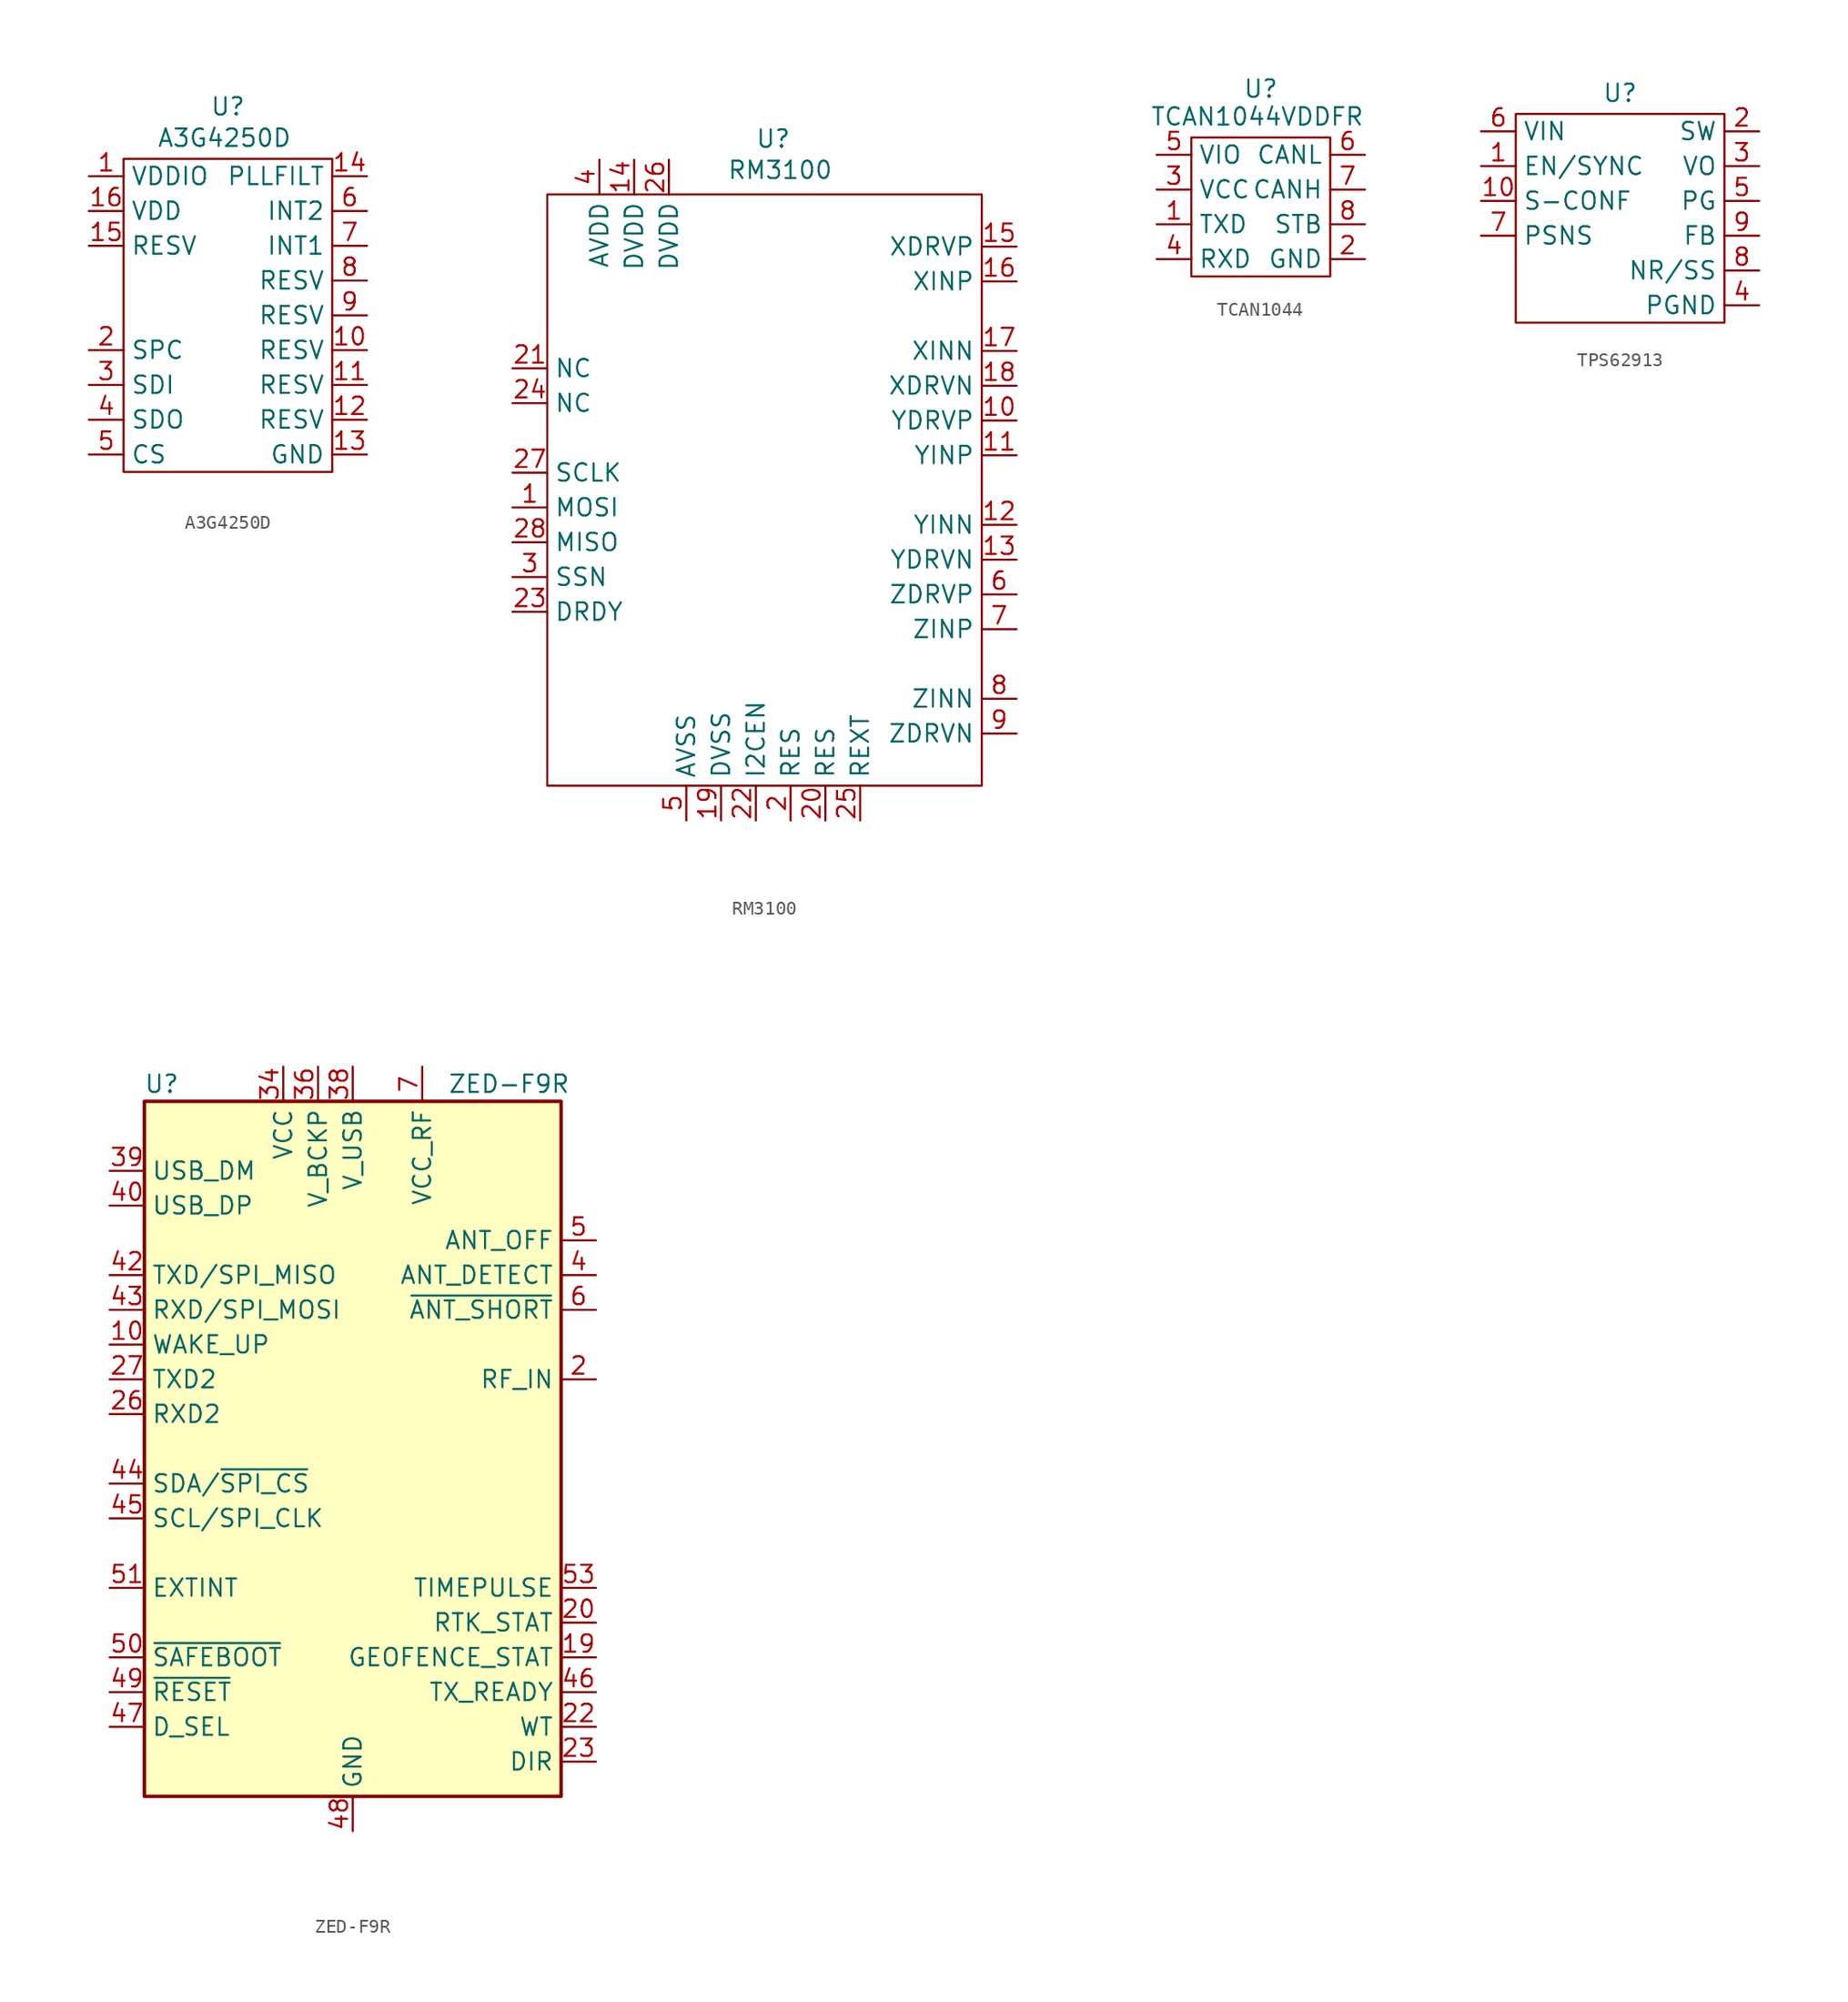
<source format=kicad_sym>
(kicad_symbol_lib
  (version 20231120)
  (generator "kicad_symbol_editor")
  (generator_version "8.0")
  (symbol "A3G4250D"
    (property "Reference" "U"
      (at 0 15.24 0)
      (effects (font (size 1.27 1.27))))
    (property "Value" "A3G4250D"
      (at -0.254 12.954 0)
      (effects (font (size 1.27 1.27))))
    (symbol "A3G4250D_0_0"
      (pin power_in line (at -10.16 10.16 0) (length 2.54) (name "VDDIO" (effects (font (size 1.27 1.27)))) (number "1" (effects (font (size 1.27 1.27)))))
      (pin power_in line (at 10.16 -2.54 180) (length 2.54) (name "RESV" (effects (font (size 1.27 1.27)))) (number "10" (effects (font (size 1.27 1.27)))))
      (pin unspecified line (at 10.16 -5.08 180) (length 2.54) (name "RESV" (effects (font (size 1.27 1.27)))) (number "11" (effects (font (size 1.27 1.27)))))
      (pin power_in line (at 10.16 -7.62 180) (length 2.54) (name "RESV" (effects (font (size 1.27 1.27)))) (number "12" (effects (font (size 1.27 1.27)))))
      (pin power_in line (at 10.16 -10.16 180) (length 2.54) (name "GND" (effects (font (size 1.27 1.27)))) (number "13" (effects (font (size 1.27 1.27)))))
      (pin passive line (at 10.16 10.16 180) (length 2.54) (name "PLLFILT" (effects (font (size 1.27 1.27)))) (number "14" (effects (font (size 1.27 1.27)))))
      (pin power_in line (at -10.16 5.08 0) (length 2.54) (name "RESV" (effects (font (size 1.27 1.27)))) (number "15" (effects (font (size 1.27 1.27)))))
      (pin power_in line (at -10.16 7.62 0) (length 2.54) (name "VDD" (effects (font (size 1.27 1.27)))) (number "16" (effects (font (size 1.27 1.27)))))
      (pin input line (at -10.16 -2.54 0) (length 2.54) (name "SPC" (effects (font (size 1.27 1.27)))) (number "2" (effects (font (size 1.27 1.27)))))
      (pin input line (at -10.16 -5.08 0) (length 2.54) (name "SDI" (effects (font (size 1.27 1.27)))) (number "3" (effects (font (size 1.27 1.27)))))
      (pin output line (at -10.16 -7.62 0) (length 2.54) (name "SDO" (effects (font (size 1.27 1.27)))) (number "4" (effects (font (size 1.27 1.27)))))
      (pin input line (at -10.16 -10.16 0) (length 2.54) (name "CS" (effects (font (size 1.27 1.27)))) (number "5" (effects (font (size 1.27 1.27)))))
      (pin output line (at 10.16 7.62 180) (length 2.54) (name "INT2" (effects (font (size 1.27 1.27)))) (number "6" (effects (font (size 1.27 1.27)))))
      (pin output line (at 10.16 5.08 180) (length 2.54) (name "INT1" (effects (font (size 1.27 1.27)))) (number "7" (effects (font (size 1.27 1.27)))))
      (pin power_in line (at 10.16 2.54 180) (length 2.54) (name "RESV" (effects (font (size 1.27 1.27)))) (number "8" (effects (font (size 1.27 1.27)))))
      (pin power_in line (at 10.16 0 180) (length 2.54) (name "RESV" (effects (font (size 1.27 1.27)))) (number "9" (effects (font (size 1.27 1.27))))))
    (symbol "A3G4250D_0_1"
      (rectangle (start -7.62 11.43) (end 7.62 -11.43) (stroke (width 0) (type default)) (fill (type none)))))
  (symbol "RM3100"
    (property "Reference" "U"
      (at 0 25.654 0)
      (effects (font (size 1.27 1.27))))
    (property "Value" "RM3100"
      (at 0.508 23.368 0)
      (effects (font (size 1.27 1.27))))
    (symbol "RM3100_0_0"
      (pin unspecified line (at -19.05 -1.27 0) (length 2.54) (name "MOSI" (effects (font (size 1.27 1.27)))) (number "1" (effects (font (size 1.27 1.27)))))
      (pin unspecified line (at 17.78 5.08 180) (length 2.54) (name "YDRVP" (effects (font (size 1.27 1.27)))) (number "10" (effects (font (size 1.27 1.27)))))
      (pin unspecified line (at 17.78 2.54 180) (length 2.54) (name "YINP" (effects (font (size 1.27 1.27)))) (number "11" (effects (font (size 1.27 1.27)))))
      (pin unspecified line (at 17.78 -2.54 180) (length 2.54) (name "YINN" (effects (font (size 1.27 1.27)))) (number "12" (effects (font (size 1.27 1.27)))))
      (pin unspecified line (at 17.78 -5.08 180) (length 2.54) (name "YDRVN" (effects (font (size 1.27 1.27)))) (number "13" (effects (font (size 1.27 1.27)))))
      (pin unspecified line (at -10.16 24.13 270) (length 2.54) (name "DVDD" (effects (font (size 1.27 1.27)))) (number "14" (effects (font (size 1.27 1.27)))))
      (pin unspecified line (at 17.78 17.78 180) (length 2.54) (name "XDRVP" (effects (font (size 1.27 1.27)))) (number "15" (effects (font (size 1.27 1.27)))))
      (pin unspecified line (at 17.78 15.24 180) (length 2.54) (name "XINP" (effects (font (size 1.27 1.27)))) (number "16" (effects (font (size 1.27 1.27)))))
      (pin unspecified line (at 17.78 10.16 180) (length 2.54) (name "XINN" (effects (font (size 1.27 1.27)))) (number "17" (effects (font (size 1.27 1.27)))))
      (pin unspecified line (at 17.78 7.62 180) (length 2.54) (name "XDRVN" (effects (font (size 1.27 1.27)))) (number "18" (effects (font (size 1.27 1.27)))))
      (pin unspecified line (at -3.81 -24.13 90) (length 2.54) (name "DVSS" (effects (font (size 1.27 1.27)))) (number "19" (effects (font (size 1.27 1.27)))))
      (pin unspecified line (at 1.27 -24.13 90) (length 2.54) (name "RES" (effects (font (size 1.27 1.27)))) (number "2" (effects (font (size 1.27 1.27)))))
      (pin unspecified line (at 3.81 -24.13 90) (length 2.54) (name "RES" (effects (font (size 1.27 1.27)))) (number "20" (effects (font (size 1.27 1.27)))))
      (pin unspecified line (at -19.05 8.89 0) (length 2.54) (name "NC" (effects (font (size 1.27 1.27)))) (number "21" (effects (font (size 1.27 1.27)))))
      (pin unspecified line (at -1.27 -24.13 90) (length 2.54) (name "I2CEN" (effects (font (size 1.27 1.27)))) (number "22" (effects (font (size 1.27 1.27)))))
      (pin unspecified line (at -19.05 -8.89 0) (length 2.54) (name "DRDY" (effects (font (size 1.27 1.27)))) (number "23" (effects (font (size 1.27 1.27)))))
      (pin unspecified line (at -19.05 6.35 0) (length 2.54) (name "NC" (effects (font (size 1.27 1.27)))) (number "24" (effects (font (size 1.27 1.27)))))
      (pin unspecified line (at 6.35 -24.13 90) (length 2.54) (name "REXT" (effects (font (size 1.27 1.27)))) (number "25" (effects (font (size 1.27 1.27)))))
      (pin unspecified line (at -7.62 24.13 270) (length 2.54) (name "DVDD" (effects (font (size 1.27 1.27)))) (number "26" (effects (font (size 1.27 1.27)))))
      (pin unspecified line (at -19.05 1.27 0) (length 2.54) (name "SCLK" (effects (font (size 1.27 1.27)))) (number "27" (effects (font (size 1.27 1.27)))))
      (pin unspecified line (at -19.05 -3.81 0) (length 2.54) (name "MISO" (effects (font (size 1.27 1.27)))) (number "28" (effects (font (size 1.27 1.27)))))
      (pin unspecified line (at -19.05 -6.35 0) (length 2.54) (name "SSN" (effects (font (size 1.27 1.27)))) (number "3" (effects (font (size 1.27 1.27)))))
      (pin unspecified line (at -12.7 24.13 270) (length 2.54) (name "AVDD" (effects (font (size 1.27 1.27)))) (number "4" (effects (font (size 1.27 1.27)))))
      (pin unspecified line (at -6.35 -24.13 90) (length 2.54) (name "AVSS" (effects (font (size 1.27 1.27)))) (number "5" (effects (font (size 1.27 1.27)))))
      (pin unspecified line (at 17.78 -7.62 180) (length 2.54) (name "ZDRVP" (effects (font (size 1.27 1.27)))) (number "6" (effects (font (size 1.27 1.27)))))
      (pin unspecified line (at 17.78 -10.16 180) (length 2.54) (name "ZINP" (effects (font (size 1.27 1.27)))) (number "7" (effects (font (size 1.27 1.27)))))
      (pin unspecified line (at 17.78 -15.24 180) (length 2.54) (name "ZINN" (effects (font (size 1.27 1.27)))) (number "8" (effects (font (size 1.27 1.27)))))
      (pin unspecified line (at 17.78 -17.78 180) (length 2.54) (name "ZDRVN" (effects (font (size 1.27 1.27)))) (number "9" (effects (font (size 1.27 1.27))))))
    (symbol "RM3100_0_1"
      (rectangle (start 15.24 -21.59) (end -16.51 21.59) (stroke (width 0) (type default)) (fill (type none)))))
  (symbol "TCAN1044"
    (property "Reference" "U"
      (at 0 8.636 0)
      (effects (font (size 1.27 1.27))))
    (property "Value" "TCAN1044VDDFR"
      (at -0.254 6.604 0)
      (effects (font (size 1.27 1.27))))
    (symbol "TCAN1044_0_0"
      (pin output line (at -7.62 -1.27 0) (length 2.54) (name "TXD" (effects (font (size 1.27 1.27)))) (number "1" (effects (font (size 1.27 1.27)))))
      (pin passive line (at 7.62 -3.81 180) (length 2.54) (name "GND" (effects (font (size 1.27 1.27)))) (number "2" (effects (font (size 1.27 1.27)))))
      (pin power_in line (at -7.62 1.27 0) (length 2.54) (name "VCC" (effects (font (size 1.27 1.27)))) (number "3" (effects (font (size 1.27 1.27)))))
      (pin input line (at -7.62 -3.81 0) (length 2.54) (name "RXD" (effects (font (size 1.27 1.27)))) (number "4" (effects (font (size 1.27 1.27)))))
      (pin power_in line (at -7.62 3.81 0) (length 2.54) (name "VIO" (effects (font (size 1.27 1.27)))) (number "5" (effects (font (size 1.27 1.27)))))
      (pin bidirectional line (at 7.62 3.81 180) (length 2.54) (name "CANL" (effects (font (size 1.27 1.27)))) (number "6" (effects (font (size 1.27 1.27)))))
      (pin bidirectional line (at 7.62 1.27 180) (length 2.54) (name "CANH" (effects (font (size 1.27 1.27)))) (number "7" (effects (font (size 1.27 1.27)))))
      (pin input line (at 7.62 -1.27 180) (length 2.54) (name "STB" (effects (font (size 1.27 1.27)))) (number "8" (effects (font (size 1.27 1.27))))))
    (symbol "TCAN1044_0_1"
      (rectangle (start -5.08 5.08) (end 5.08 -5.08) (stroke (width 0) (type default)) (fill (type none)))))
  (symbol "TPS62913"
    (property "Reference" "U"
      (at 0 9.144 0)
      (effects (font (size 1.27 1.27))))
    (property "Value" ""
      (at 1.27 -3.81 0)
      (effects (font (size 1.27 1.27))))
    (symbol "TPS62913_0_0"
      (pin input line (at -10.16 3.81 0) (length 2.54) (name "EN/SYNC" (effects (font (size 1.27 1.27)))) (number "1" (effects (font (size 1.27 1.27)))))
      (pin output line (at -10.16 1.27 0) (length 2.54) (name "S-CONF" (effects (font (size 1.27 1.27)))) (number "10" (effects (font (size 1.27 1.27)))))
      (pin bidirectional line (at 10.16 6.35 180) (length 2.54) (name "SW" (effects (font (size 1.27 1.27)))) (number "2" (effects (font (size 1.27 1.27)))))
      (pin power_in line (at 10.16 -6.35 180) (length 2.54) (name "PGND" (effects (font (size 1.27 1.27)))) (number "4" (effects (font (size 1.27 1.27)))))
      (pin output line (at 10.16 1.27 180) (length 2.54) (name "PG" (effects (font (size 1.27 1.27)))) (number "5" (effects (font (size 1.27 1.27)))))
      (pin input line (at -10.16 6.35 0) (length 2.54) (name "VIN" (effects (font (size 1.27 1.27)))) (number "6" (effects (font (size 1.27 1.27)))))
      (pin input line (at -10.16 -1.27 0) (length 2.54) (name "PSNS" (effects (font (size 1.27 1.27)))) (number "7" (effects (font (size 1.27 1.27)))))
      (pin output line (at 10.16 -3.81 180) (length 2.54) (name "NR/SS" (effects (font (size 1.27 1.27)))) (number "8" (effects (font (size 1.27 1.27)))))
      (pin input line (at 10.16 -1.27 180) (length 2.54) (name "FB" (effects (font (size 1.27 1.27)))) (number "9" (effects (font (size 1.27 1.27))))))
    (symbol "TPS62913_0_1"
      (rectangle (start -7.62 7.62) (end 7.62 -7.62) (stroke (width 0) (type default)) (fill (type none))))
    (symbol "TPS62913_1_0"
      (pin input line (at 10.16 3.81 180) (length 2.54) (name "VO" (effects (font (size 1.27 1.27)))) (number "3" (effects (font (size 1.27 1.27)))))))
  (symbol "ZED-F9R"
    (property "Reference" "U"
      (at -13.97 26.67 0)
      (effects (font (size 1.27 1.27))))
    (property "Value" "ZED-F9R"
      (at 11.43 26.67 0)
      (effects (font (size 1.27 1.27))))
    (symbol "ZED-F9R_1_1"
      (rectangle (start -15.24 25.4) (end 15.24 -25.4) (stroke (width 0.254) (type default)) (fill (type background)))
      (pin passive line (at 0 -27.94 90) (length 2.54) hide (name "GND" (effects (font (size 1.27 1.27)))) (number "1" (effects (font (size 1.27 1.27)))))
      (pin output line (at -17.78 7.62 0) (length 2.54) (name "WAKE_UP" (effects (font (size 1.27 1.27)))) (number "10" (effects (font (size 1.27 1.27)))))
      (pin no_connect line (at -15.24 0 0) (length 2.54) hide (name "Reserved" (effects (font (size 1.27 1.27)))) (number "11" (effects (font (size 1.27 1.27)))))
      (pin passive line (at 0 -27.94 90) (length 2.54) hide (name "GND" (effects (font (size 1.27 1.27)))) (number "12" (effects (font (size 1.27 1.27)))))
      (pin no_connect line (at -15.24 -7.62 0) (length 2.54) hide (name "Reserved" (effects (font (size 1.27 1.27)))) (number "13" (effects (font (size 1.27 1.27)))))
      (pin passive line (at 0 -27.94 90) (length 2.54) hide (name "GND" (effects (font (size 1.27 1.27)))) (number "14" (effects (font (size 1.27 1.27)))))
      (pin no_connect line (at -15.24 -12.7 0) (length 2.54) hide (name "Reserved" (effects (font (size 1.27 1.27)))) (number "15" (effects (font (size 1.27 1.27)))))
      (pin no_connect line (at -7.62 -25.4 90) (length 2.54) hide (name "Reserved" (effects (font (size 1.27 1.27)))) (number "16" (effects (font (size 1.27 1.27)))))
      (pin no_connect line (at -5.08 -25.4 90) (length 2.54) hide (name "Reserved" (effects (font (size 1.27 1.27)))) (number "17" (effects (font (size 1.27 1.27)))))
      (pin no_connect line (at -2.54 -25.4 90) (length 2.54) hide (name "Reserved" (effects (font (size 1.27 1.27)))) (number "18" (effects (font (size 1.27 1.27)))))
      (pin output line (at 17.78 -15.24 180) (length 2.54) (name "GEOFENCE_STAT" (effects (font (size 1.27 1.27)))) (number "19" (effects (font (size 1.27 1.27)))))
      (pin input line (at 17.78 5.08 180) (length 2.54) (name "RF_IN" (effects (font (size 1.27 1.27)))) (number "2" (effects (font (size 1.27 1.27)))))
      (pin output line (at 17.78 -12.7 180) (length 2.54) (name "RTK_STAT" (effects (font (size 1.27 1.27)))) (number "20" (effects (font (size 1.27 1.27)))))
      (pin no_connect line (at 2.54 -25.4 90) (length 2.54) hide (name "Reserved" (effects (font (size 1.27 1.27)))) (number "21" (effects (font (size 1.27 1.27)))))
      (pin input line (at 17.78 -20.32 180) (length 2.54) (name "WT" (effects (font (size 1.27 1.27)))) (number "22" (effects (font (size 1.27 1.27)))))
      (pin input line (at 17.78 -22.86 180) (length 2.54) (name "DIR" (effects (font (size 1.27 1.27)))) (number "23" (effects (font (size 1.27 1.27)))))
      (pin no_connect line (at 15.24 -7.62 180) (length 2.54) hide (name "Reserved" (effects (font (size 1.27 1.27)))) (number "24" (effects (font (size 1.27 1.27)))))
      (pin no_connect line (at 15.24 -5.08 180) (length 2.54) hide (name "Reserved" (effects (font (size 1.27 1.27)))) (number "25" (effects (font (size 1.27 1.27)))))
      (pin input line (at -17.78 2.54 0) (length 2.54) (name "RXD2" (effects (font (size 1.27 1.27)))) (number "26" (effects (font (size 1.27 1.27)))))
      (pin output line (at -17.78 5.08 0) (length 2.54) (name "TXD2" (effects (font (size 1.27 1.27)))) (number "27" (effects (font (size 1.27 1.27)))))
      (pin no_connect line (at 15.24 -2.54 180) (length 2.54) hide (name "Reserved" (effects (font (size 1.27 1.27)))) (number "28" (effects (font (size 1.27 1.27)))))
      (pin no_connect line (at 15.24 0 180) (length 2.54) hide (name "Reserved" (effects (font (size 1.27 1.27)))) (number "29" (effects (font (size 1.27 1.27)))))
      (pin passive line (at 0 -27.94 90) (length 2.54) hide (name "GND" (effects (font (size 1.27 1.27)))) (number "3" (effects (font (size 1.27 1.27)))))
      (pin no_connect line (at 15.24 2.54 180) (length 2.54) hide (name "Reserved" (effects (font (size 1.27 1.27)))) (number "30" (effects (font (size 1.27 1.27)))))
      (pin no_connect line (at 15.24 7.62 180) (length 2.54) hide (name "Reserved" (effects (font (size 1.27 1.27)))) (number "31" (effects (font (size 1.27 1.27)))))
      (pin passive line (at 0 -27.94 90) (length 2.54) hide (name "GND" (effects (font (size 1.27 1.27)))) (number "32" (effects (font (size 1.27 1.27)))))
      (pin passive line (at -5.08 27.94 270) (length 2.54) hide (name "VCC" (effects (font (size 1.27 1.27)))) (number "33" (effects (font (size 1.27 1.27)))))
      (pin power_in line (at -5.08 27.94 270) (length 2.54) (name "VCC" (effects (font (size 1.27 1.27)))) (number "34" (effects (font (size 1.27 1.27)))))
      (pin no_connect line (at 15.24 17.78 180) (length 2.54) hide (name "Reserved" (effects (font (size 1.27 1.27)))) (number "35" (effects (font (size 1.27 1.27)))))
      (pin power_in line (at -2.54 27.94 270) (length 2.54) (name "V_BCKP" (effects (font (size 1.27 1.27)))) (number "36" (effects (font (size 1.27 1.27)))))
      (pin passive line (at 0 -27.94 90) (length 2.54) hide (name "GND" (effects (font (size 1.27 1.27)))) (number "37" (effects (font (size 1.27 1.27)))))
      (pin power_in line (at 0 27.94 270) (length 2.54) (name "V_USB" (effects (font (size 1.27 1.27)))) (number "38" (effects (font (size 1.27 1.27)))))
      (pin bidirectional line (at -17.78 20.32 0) (length 2.54) (name "USB_DM" (effects (font (size 1.27 1.27)))) (number "39" (effects (font (size 1.27 1.27)))))
      (pin input line (at 17.78 12.7 180) (length 2.54) (name "ANT_DETECT" (effects (font (size 1.27 1.27)))) (number "4" (effects (font (size 1.27 1.27)))))
      (pin bidirectional line (at -17.78 17.78 0) (length 2.54) (name "USB_DP" (effects (font (size 1.27 1.27)))) (number "40" (effects (font (size 1.27 1.27)))))
      (pin passive line (at 0 -27.94 90) (length 2.54) hide (name "GND" (effects (font (size 1.27 1.27)))) (number "41" (effects (font (size 1.27 1.27)))))
      (pin output line (at -17.78 12.7 0) (length 2.54) (name "TXD/SPI_MISO" (effects (font (size 1.27 1.27)))) (number "42" (effects (font (size 1.27 1.27)))))
      (pin input line (at -17.78 10.16 0) (length 2.54) (name "RXD/SPI_MOSI" (effects (font (size 1.27 1.27)))) (number "43" (effects (font (size 1.27 1.27)))))
      (pin bidirectional line (at -17.78 -2.54 0) (length 2.54) (name "SDA/~{SPI_CS}" (effects (font (size 1.27 1.27)))) (number "44" (effects (font (size 1.27 1.27)))))
      (pin bidirectional line (at -17.78 -5.08 0) (length 2.54) (name "SCL/SPI_CLK" (effects (font (size 1.27 1.27)))) (number "45" (effects (font (size 1.27 1.27)))))
      (pin output line (at 17.78 -17.78 180) (length 2.54) (name "TX_READY" (effects (font (size 1.27 1.27)))) (number "46" (effects (font (size 1.27 1.27)))))
      (pin input line (at -17.78 -20.32 0) (length 2.54) (name "D_SEL" (effects (font (size 1.27 1.27)))) (number "47" (effects (font (size 1.27 1.27)))))
      (pin power_in line (at 0 -27.94 90) (length 2.54) (name "GND" (effects (font (size 1.27 1.27)))) (number "48" (effects (font (size 1.27 1.27)))))
      (pin input line (at -17.78 -17.78 0) (length 2.54) (name "~{RESET}" (effects (font (size 1.27 1.27)))) (number "49" (effects (font (size 1.27 1.27)))))
      (pin output line (at 17.78 15.24 180) (length 2.54) (name "ANT_OFF" (effects (font (size 1.27 1.27)))) (number "5" (effects (font (size 1.27 1.27)))))
      (pin input line (at -17.78 -15.24 0) (length 2.54) (name "~{SAFEBOOT}" (effects (font (size 1.27 1.27)))) (number "50" (effects (font (size 1.27 1.27)))))
      (pin input line (at -17.78 -10.16 0) (length 2.54) (name "EXTINT" (effects (font (size 1.27 1.27)))) (number "51" (effects (font (size 1.27 1.27)))))
      (pin no_connect line (at 15.24 20.32 180) (length 2.54) hide (name "Reserved" (effects (font (size 1.27 1.27)))) (number "52" (effects (font (size 1.27 1.27)))))
      (pin output line (at 17.78 -10.16 180) (length 2.54) (name "TIMEPULSE" (effects (font (size 1.27 1.27)))) (number "53" (effects (font (size 1.27 1.27)))))
      (pin no_connect line (at 15.24 22.86 180) (length 2.54) hide (name "Reserved" (effects (font (size 1.27 1.27)))) (number "54" (effects (font (size 1.27 1.27)))))
      (pin passive line (at 0 -27.94 90) (length 2.54) hide (name "GND" (effects (font (size 1.27 1.27)))) (number "55" (effects (font (size 1.27 1.27)))))
      (pin input line (at 17.78 10.16 180) (length 2.54) (name "~{ANT_SHORT}" (effects (font (size 1.27 1.27)))) (number "6" (effects (font (size 1.27 1.27)))))
      (pin power_out line (at 5.08 27.94 270) (length 2.54) (name "VCC_RF" (effects (font (size 1.27 1.27)))) (number "7" (effects (font (size 1.27 1.27)))))
      (pin no_connect line (at -15.24 22.86 0) (length 2.54) hide (name "Reserved" (effects (font (size 1.27 1.27)))) (number "8" (effects (font (size 1.27 1.27)))))
      (pin no_connect line (at -15.24 15.24 0) (length 2.54) hide (name "Reserved" (effects (font (size 1.27 1.27)))) (number "9" (effects (font (size 1.27 1.27))))))))
</source>
